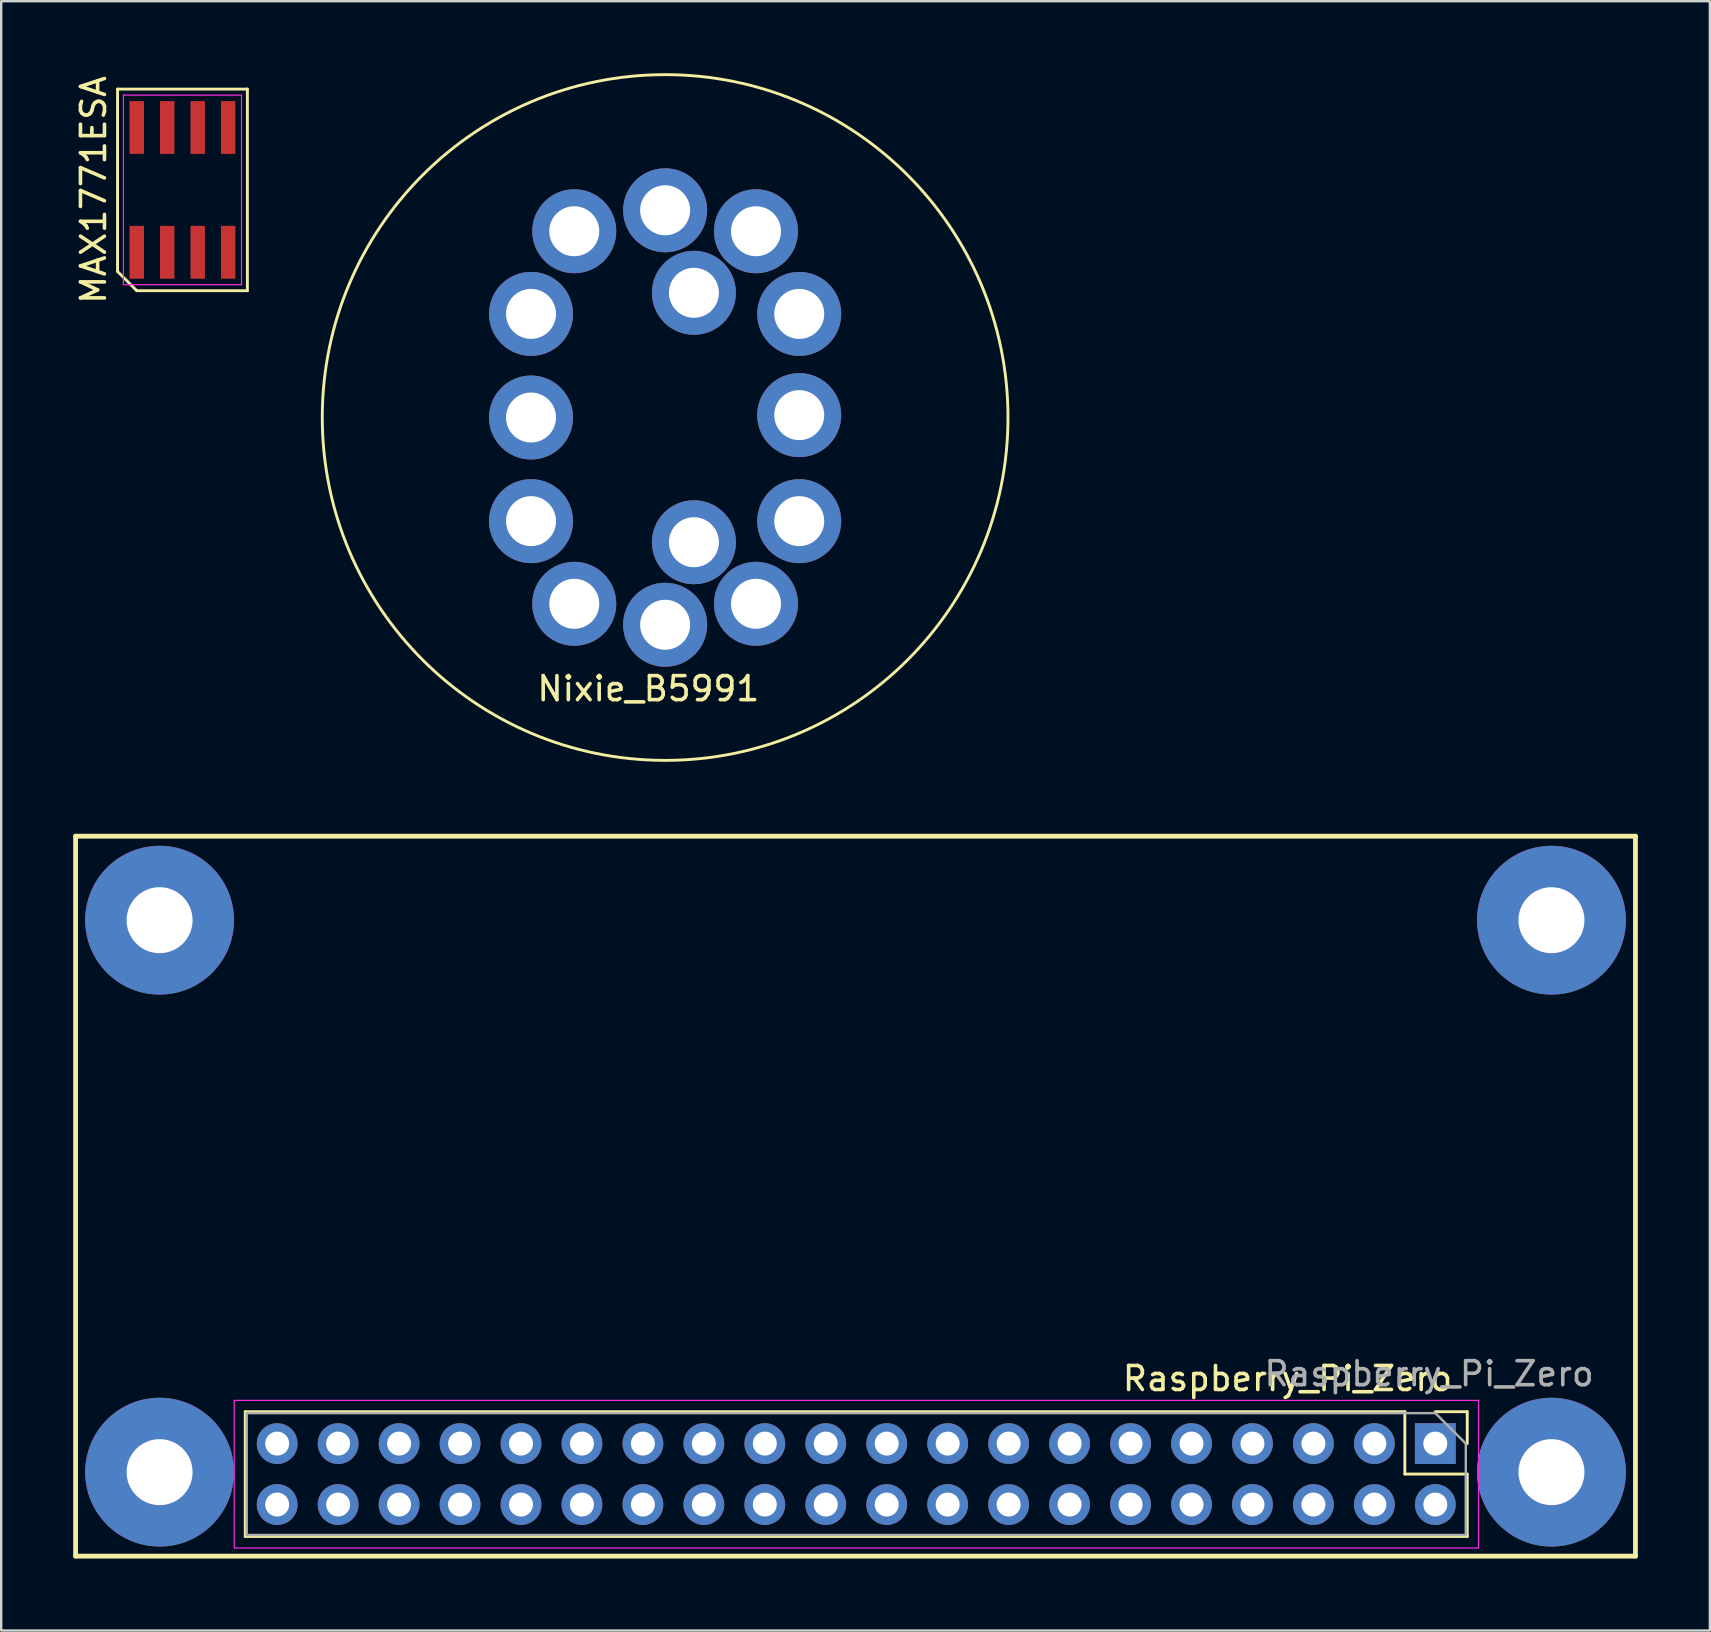
<source format=kicad_pcb>
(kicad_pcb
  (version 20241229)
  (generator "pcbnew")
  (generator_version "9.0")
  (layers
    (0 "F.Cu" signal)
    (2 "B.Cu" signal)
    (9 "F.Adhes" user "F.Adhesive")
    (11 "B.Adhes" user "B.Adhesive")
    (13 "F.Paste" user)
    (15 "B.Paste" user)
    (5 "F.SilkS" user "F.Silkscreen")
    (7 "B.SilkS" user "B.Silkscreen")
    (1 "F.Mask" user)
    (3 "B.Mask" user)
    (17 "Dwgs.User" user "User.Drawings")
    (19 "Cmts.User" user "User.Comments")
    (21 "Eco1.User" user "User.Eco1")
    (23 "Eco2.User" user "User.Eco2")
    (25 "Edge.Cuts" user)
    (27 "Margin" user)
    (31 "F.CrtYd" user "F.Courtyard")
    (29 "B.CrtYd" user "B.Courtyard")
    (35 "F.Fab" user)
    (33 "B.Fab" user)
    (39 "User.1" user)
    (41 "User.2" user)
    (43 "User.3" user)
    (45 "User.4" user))
  (footprint "MAX1771ESA"
    (layer "F.Cu")
    (at 4.553 4.863)
    (property "Reference" "MAX1771ESA" (at -3.705 0 90) (layer "F.SilkS") (effects (font (size 1 1) (thickness 0.15))))
    (attr smd)
    (fp_line (start -2.705 -4.2) (end 2.705 -4.2) (stroke (width 0.12) (type solid)) (layer "F.SilkS"))
    (fp_line (start -2.705 3.4) (end -2.705 -4.2) (stroke (width 0.12) (type solid)) (layer "F.SilkS"))
    (fp_line (start -1.905 4.2) (end -2.705 3.4) (stroke (width 0.12) (type solid)) (layer "F.SilkS"))
    (fp_line (start 2.705 -4.2) (end 2.705 4.2) (stroke (width 0.12) (type solid)) (layer "F.SilkS"))
    (fp_line (start 2.705 4.2) (end -1.905 4.2) (stroke (width 0.12) (type solid)) (layer "F.SilkS"))
    (fp_line (start -2.46 -3.95) (end 2.46 -3.95) (stroke (width 0.05) (type solid)) (layer "F.CrtYd"))
    (fp_line (start -2.46 3.95) (end -2.46 -3.95) (stroke (width 0.05) (type solid)) (layer "F.CrtYd"))
    (fp_line (start 2.46 -3.95) (end 2.46 3.95) (stroke (width 0.05) (type solid)) (layer "F.CrtYd"))
    (fp_line (start 2.46 3.95) (end -2.46 3.95) (stroke (width 0.05) (type solid)) (layer "F.CrtYd"))
    (pad "1" smd rect (at -1.905 2.6) (size 0.6 2.2) (layers "F.Cu" "F.Mask" "F.Paste"))
    (pad "2" smd rect (at -0.635 2.6) (size 0.6 2.2) (layers "F.Cu" "F.Mask" "F.Paste"))
    (pad "3" smd rect (at 0.635 2.6) (size 0.6 2.2) (layers "F.Cu" "F.Mask" "F.Paste"))
    (pad "4" smd rect (at 1.905 2.6) (size 0.6 2.2) (layers "F.Cu" "F.Mask" "F.Paste"))
    (pad "5" smd rect (at 1.905 -2.6) (size 0.6 2.2) (layers "F.Cu" "F.Mask" "F.Paste"))
    (pad "6" smd rect (at 0.635 -2.6) (size 0.6 2.2) (layers "F.Cu" "F.Mask" "F.Paste"))
    (pad "7" smd rect (at -0.635 -2.6) (size 0.6 2.2) (layers "F.Cu" "F.Mask" "F.Paste"))
    (pad "8" smd rect (at -1.905 -2.6) (size 0.6 2.2) (layers "F.Cu" "F.Mask" "F.Paste")))
  (footprint "Nixie_B5991"
    (layer "F.Cu")
    (at 24.666 14.348)
    (property "Reference" "Nixie_B5991" (at -0.7 11.3 0) (layer "F.SilkS") (effects (font (size 1 1) (thickness 0.15))))
    (attr through_hole)
    (fp_circle (center 0 0) (end 14.287 0) (stroke (width 0.12) (type solid)) (fill no) (layer "F.SilkS"))
    (pad "1" thru_hole circle (at -5.588 0) (size 3.5 3.5) (drill 2.083) (layers "*.Cu" "*.Mask"))
    (pad "2" thru_hole circle (at 5.588 -0.1) (size 3.5 3.5) (drill 2.083) (layers "*.Cu" "*.Mask"))
    (pad "3" thru_hole circle (at -5.588 -4.318) (size 3.5 3.5) (drill 2.083) (layers "*.Cu" "*.Mask"))
    (pad "4" thru_hole circle (at 5.588 -4.318) (size 3.5 3.5) (drill 2.083) (layers "*.Cu" "*.Mask"))
    (pad "5" thru_hole circle (at -5.588 4.318) (size 3.5 3.5) (drill 2.083) (layers "*.Cu" "*.Mask"))
    (pad "6" thru_hole circle (at 5.588 4.318) (size 3.5 3.5) (drill 2.083) (layers "*.Cu" "*.Mask"))
    (pad "7" thru_hole circle (at -3.786 -7.762) (size 3.5 3.5) (drill 2.083) (layers "*.Cu" "*.Mask"))
    (pad "8" thru_hole circle (at 0 -8.636) (size 3.5 3.5) (drill 2.083) (layers "*.Cu" "*.Mask"))
    (pad "9" thru_hole circle (at 3.786 7.762) (size 3.5 3.5) (drill 2.083) (layers "*.Cu" "*.Mask"))
    (pad "10" thru_hole circle (at 0 8.636) (size 3.5 3.5) (drill 2.083) (layers "*.Cu" "*.Mask"))
    (pad "11" thru_hole circle (at -3.786 7.762) (size 3.5 3.5) (drill 2.083) (layers "*.Cu" "*.Mask"))
    (pad "12" thru_hole circle (at 3.786 -7.762) (size 3.5 3.5) (drill 2.083) (layers "*.Cu" "*.Mask"))
    (pad "13" thru_hole circle (at 1.2 -5.197) (size 3.5 3.5) (drill 2.083) (layers "*.Cu" "*.Mask"))
    (pad "14" thru_hole circle (at 1.2 5.197) (size 3.5 3.5) (drill 2.083) (layers "*.Cu" "*.Mask")))
  (footprint "Raspberry_Pi_Zero"
    (layer "F.Cu")
    (at 32.6 58.295)
    (property "Reference" "Raspberry_Pi_Zero" (at 18 -3.9 0) (layer "F.SilkS") (effects (font (size 1 1) (thickness 0.15))))
    (attr through_hole)
    (fp_line (start -32.5 -26.5) (end 32.5 -26.5) (stroke (width 0.2) (type solid)) (layer "F.SilkS"))
    (fp_line (start -32.5 3.5) (end -32.5 -26.5) (stroke (width 0.2) (type solid)) (layer "F.SilkS"))
    (fp_line (start -32.5 3.5) (end 32.5 3.5) (stroke (width 0.2) (type solid)) (layer "F.SilkS"))
    (fp_line (start -25.43 -2.52) (end -25.43 2.68) (stroke (width 0.12) (type solid)) (layer "F.SilkS"))
    (fp_line (start 22.89 -2.52) (end -25.43 -2.52) (stroke (width 0.12) (type solid)) (layer "F.SilkS"))
    (fp_line (start 22.89 -2.52) (end 22.89 0.08) (stroke (width 0.12) (type solid)) (layer "F.SilkS"))
    (fp_line (start 22.89 0.08) (end 25.49 0.08) (stroke (width 0.12) (type solid)) (layer "F.SilkS"))
    (fp_line (start 24.16 -2.52) (end 25.49 -2.52) (stroke (width 0.12) (type solid)) (layer "F.SilkS"))
    (fp_line (start 25.49 -2.52) (end 25.49 -1.19) (stroke (width 0.12) (type solid)) (layer "F.SilkS"))
    (fp_line (start 25.49 0.08) (end 25.49 2.68) (stroke (width 0.12) (type solid)) (layer "F.SilkS"))
    (fp_line (start 25.49 2.68) (end -25.43 2.68) (stroke (width 0.12) (type solid)) (layer "F.SilkS"))
    (fp_line (start 32.5 3.5) (end 32.5 -26.5) (stroke (width 0.2) (type solid)) (layer "F.SilkS"))
    (fp_line (start -25.89 -2.99) (end -25.89 3.16) (stroke (width 0.05) (type solid)) (layer "F.CrtYd"))
    (fp_line (start -25.89 3.16) (end 25.96 3.16) (stroke (width 0.05) (type solid)) (layer "F.CrtYd"))
    (fp_line (start 25.96 -2.99) (end -25.89 -2.99) (stroke (width 0.05) (type solid)) (layer "F.CrtYd"))
    (fp_line (start 25.96 3.16) (end 25.96 -2.99) (stroke (width 0.05) (type solid)) (layer "F.CrtYd"))
    (fp_line (start -25.37 -2.46) (end 24.16 -2.46) (stroke (width 0.1) (type solid)) (layer "F.Fab"))
    (fp_line (start -25.37 2.62) (end -25.37 -2.46) (stroke (width 0.1) (type solid)) (layer "F.Fab"))
    (fp_line (start 24.16 -2.46) (end 25.43 -1.19) (stroke (width 0.1) (type solid)) (layer "F.Fab"))
    (fp_line (start 25.43 -1.19) (end 25.43 2.62) (stroke (width 0.1) (type solid)) (layer "F.Fab"))
    (fp_line (start 25.43 2.62) (end -25.37 2.62) (stroke (width 0.1) (type solid)) (layer "F.Fab"))
    (fp_text user "${REFERENCE}" (at 23.9 -4.1 0) (layer "F.Fab") (effects (font (size 1 1) (thickness 0.15))))
    (pad "" thru_hole circle (at -29 -23) (size 6.2 6.2) (drill 2.75) (layers "*.Cu" "*.Mask"))
    (pad "" thru_hole circle (at -29 0) (size 6.2 6.2) (drill 2.75) (layers "*.Cu" "*.Mask"))
    (pad "" thru_hole circle (at 29 -23) (size 6.2 6.2) (drill 2.75) (layers "*.Cu" "*.Mask"))
    (pad "" thru_hole circle (at 29 0) (size 6.2 6.2) (drill 2.75) (layers "*.Cu" "*.Mask"))
    (pad "1" thru_hole rect (at 24.16 -1.19 270) (size 1.7 1.7) (drill 1) (layers "*.Cu" "*.Mask"))
    (pad "2" thru_hole oval (at 24.16 1.35 270) (size 1.7 1.7) (drill 1) (layers "*.Cu" "*.Mask"))
    (pad "3" thru_hole oval (at 21.62 -1.19 270) (size 1.7 1.7) (drill 1) (layers "*.Cu" "*.Mask"))
    (pad "4" thru_hole oval (at 21.62 1.35 270) (size 1.7 1.7) (drill 1) (layers "*.Cu" "*.Mask"))
    (pad "5" thru_hole oval (at 19.08 -1.19 270) (size 1.7 1.7) (drill 1) (layers "*.Cu" "*.Mask"))
    (pad "6" thru_hole oval (at 19.08 1.35 270) (size 1.7 1.7) (drill 1) (layers "*.Cu" "*.Mask"))
    (pad "7" thru_hole oval (at 16.54 -1.19 270) (size 1.7 1.7) (drill 1) (layers "*.Cu" "*.Mask"))
    (pad "8" thru_hole oval (at 16.54 1.35 270) (size 1.7 1.7) (drill 1) (layers "*.Cu" "*.Mask"))
    (pad "9" thru_hole oval (at 14 -1.19 270) (size 1.7 1.7) (drill 1) (layers "*.Cu" "*.Mask"))
    (pad "10" thru_hole oval (at 14 1.35 270) (size 1.7 1.7) (drill 1) (layers "*.Cu" "*.Mask"))
    (pad "11" thru_hole oval (at 11.46 -1.19 270) (size 1.7 1.7) (drill 1) (layers "*.Cu" "*.Mask"))
    (pad "12" thru_hole oval (at 11.46 1.35 270) (size 1.7 1.7) (drill 1) (layers "*.Cu" "*.Mask"))
    (pad "13" thru_hole oval (at 8.92 -1.19 270) (size 1.7 1.7) (drill 1) (layers "*.Cu" "*.Mask"))
    (pad "14" thru_hole oval (at 8.92 1.35 270) (size 1.7 1.7) (drill 1) (layers "*.Cu" "*.Mask"))
    (pad "15" thru_hole oval (at 6.38 -1.19 270) (size 1.7 1.7) (drill 1) (layers "*.Cu" "*.Mask"))
    (pad "16" thru_hole oval (at 6.38 1.35 270) (size 1.7 1.7) (drill 1) (layers "*.Cu" "*.Mask"))
    (pad "17" thru_hole oval (at 3.84 -1.19 270) (size 1.7 1.7) (drill 1) (layers "*.Cu" "*.Mask"))
    (pad "18" thru_hole oval (at 3.84 1.35 270) (size 1.7 1.7) (drill 1) (layers "*.Cu" "*.Mask"))
    (pad "19" thru_hole oval (at 1.3 -1.19 270) (size 1.7 1.7) (drill 1) (layers "*.Cu" "*.Mask"))
    (pad "20" thru_hole oval (at 1.3 1.35 270) (size 1.7 1.7) (drill 1) (layers "*.Cu" "*.Mask"))
    (pad "21" thru_hole oval (at -1.24 -1.19 270) (size 1.7 1.7) (drill 1) (layers "*.Cu" "*.Mask"))
    (pad "22" thru_hole oval (at -1.24 1.35 270) (size 1.7 1.7) (drill 1) (layers "*.Cu" "*.Mask"))
    (pad "23" thru_hole oval (at -3.78 -1.19 270) (size 1.7 1.7) (drill 1) (layers "*.Cu" "*.Mask"))
    (pad "24" thru_hole oval (at -3.78 1.35 270) (size 1.7 1.7) (drill 1) (layers "*.Cu" "*.Mask"))
    (pad "25" thru_hole oval (at -6.32 -1.19 270) (size 1.7 1.7) (drill 1) (layers "*.Cu" "*.Mask"))
    (pad "26" thru_hole oval (at -6.32 1.35 270) (size 1.7 1.7) (drill 1) (layers "*.Cu" "*.Mask"))
    (pad "27" thru_hole oval (at -8.86 -1.19 270) (size 1.7 1.7) (drill 1) (layers "*.Cu" "*.Mask"))
    (pad "28" thru_hole oval (at -8.86 1.35 270) (size 1.7 1.7) (drill 1) (layers "*.Cu" "*.Mask"))
    (pad "29" thru_hole oval (at -11.4 -1.19 270) (size 1.7 1.7) (drill 1) (layers "*.Cu" "*.Mask"))
    (pad "30" thru_hole oval (at -11.4 1.35 270) (size 1.7 1.7) (drill 1) (layers "*.Cu" "*.Mask"))
    (pad "31" thru_hole oval (at -13.94 -1.19 270) (size 1.7 1.7) (drill 1) (layers "*.Cu" "*.Mask"))
    (pad "32" thru_hole oval (at -13.94 1.35 270) (size 1.7 1.7) (drill 1) (layers "*.Cu" "*.Mask"))
    (pad "33" thru_hole oval (at -16.48 -1.19 270) (size 1.7 1.7) (drill 1) (layers "*.Cu" "*.Mask"))
    (pad "34" thru_hole oval (at -16.48 1.35 270) (size 1.7 1.7) (drill 1) (layers "*.Cu" "*.Mask"))
    (pad "35" thru_hole oval (at -19.02 -1.19 270) (size 1.7 1.7) (drill 1) (layers "*.Cu" "*.Mask"))
    (pad "36" thru_hole oval (at -19.02 1.35 270) (size 1.7 1.7) (drill 1) (layers "*.Cu" "*.Mask"))
    (pad "37" thru_hole oval (at -21.56 -1.19 270) (size 1.7 1.7) (drill 1) (layers "*.Cu" "*.Mask"))
    (pad "38" thru_hole oval (at -21.56 1.35 270) (size 1.7 1.7) (drill 1) (layers "*.Cu" "*.Mask"))
    (pad "39" thru_hole oval (at -24.1 -1.19 270) (size 1.7 1.7) (drill 1) (layers "*.Cu" "*.Mask"))
    (pad "40" thru_hole oval (at -24.1 1.35 270) (size 1.7 1.7) (drill 1) (layers "*.Cu" "*.Mask")))
  (gr_rect
    (start -3 -3)
    (end 68.2 64.895)
    (stroke (width 0.1) (type default))
    (fill no)
    (layer "Edge.Cuts")))
</source>
